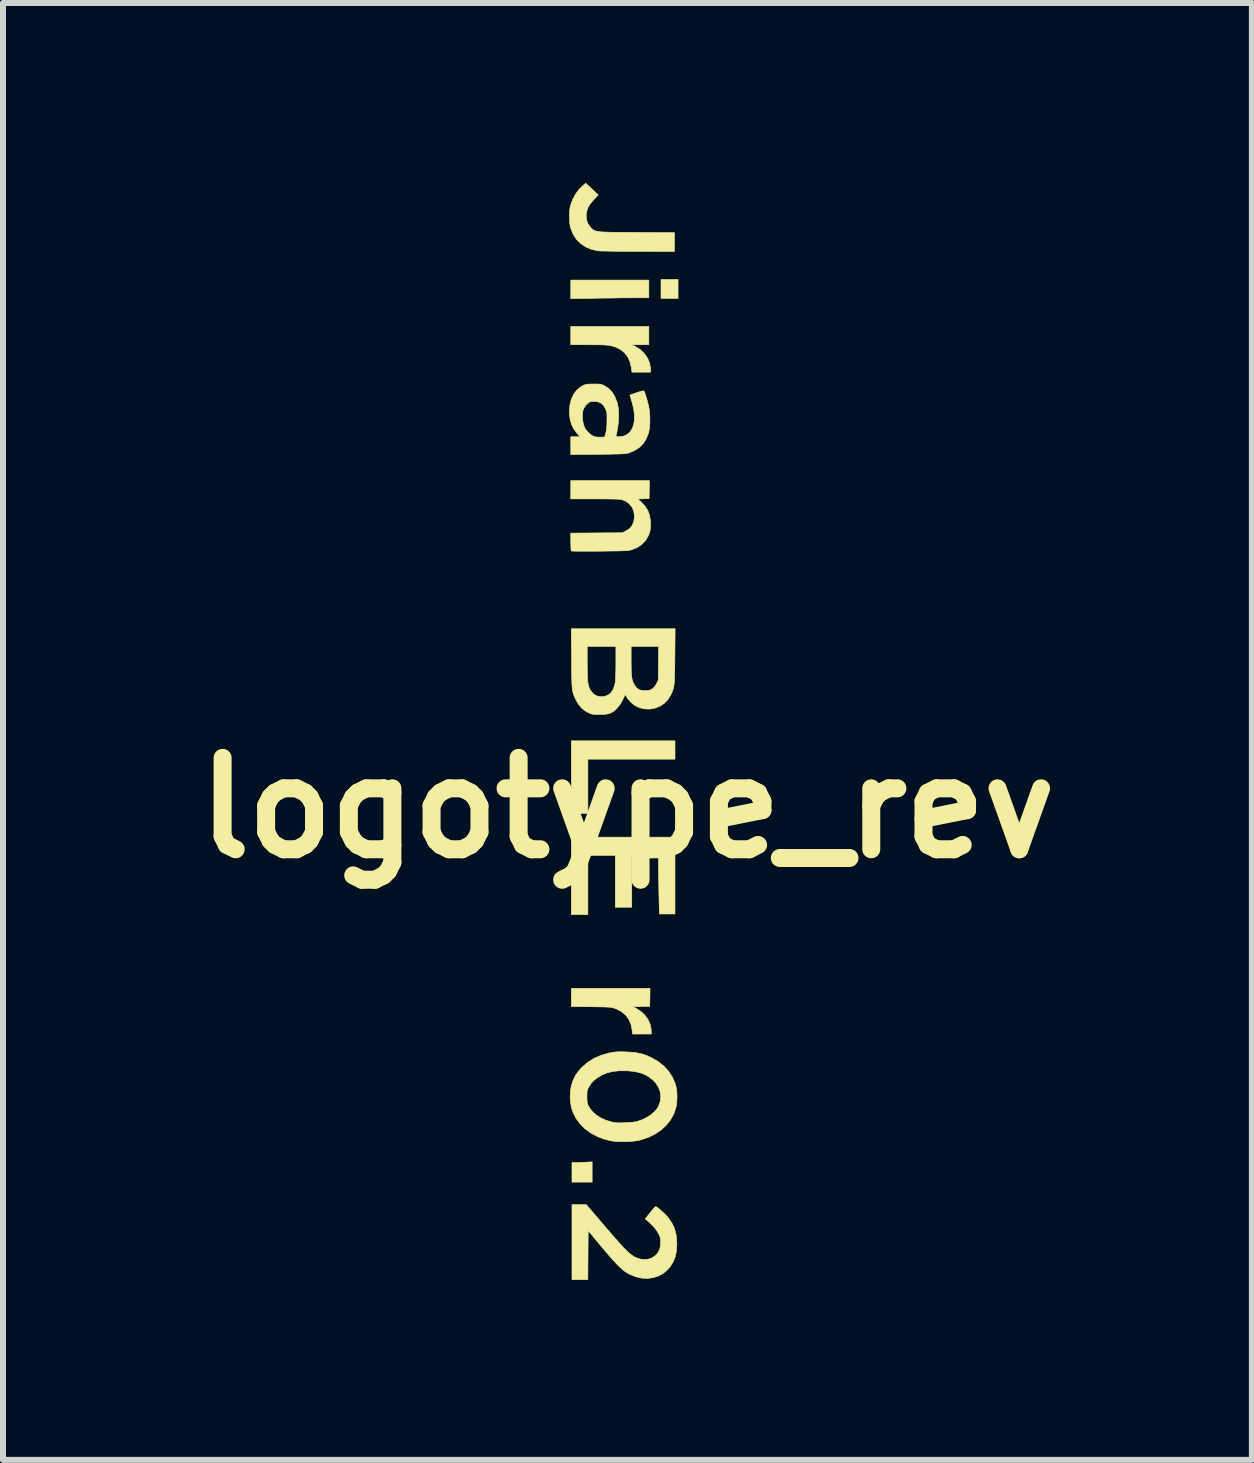
<source format=kicad_pcb>
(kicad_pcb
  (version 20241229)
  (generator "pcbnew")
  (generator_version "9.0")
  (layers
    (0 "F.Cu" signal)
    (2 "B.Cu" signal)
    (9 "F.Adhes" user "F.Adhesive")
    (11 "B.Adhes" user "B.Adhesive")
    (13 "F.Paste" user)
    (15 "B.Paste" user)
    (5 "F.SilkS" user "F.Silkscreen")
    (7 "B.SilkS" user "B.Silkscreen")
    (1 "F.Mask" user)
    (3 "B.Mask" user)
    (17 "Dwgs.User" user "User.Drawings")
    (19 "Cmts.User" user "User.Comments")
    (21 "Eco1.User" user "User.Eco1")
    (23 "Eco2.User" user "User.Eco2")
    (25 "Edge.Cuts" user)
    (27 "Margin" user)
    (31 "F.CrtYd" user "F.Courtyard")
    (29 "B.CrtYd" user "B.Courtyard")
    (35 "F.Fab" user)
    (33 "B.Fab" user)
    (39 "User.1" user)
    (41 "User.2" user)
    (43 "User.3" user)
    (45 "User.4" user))
  (footprint "logotype_rev"
    (layer "F.Cu")
    (at 7.41 10.418)
    (property "Reference" "logotype_rev" (at 0 0 0) (layer "F.SilkS") (effects (font (size 1.524 1.524) (thickness 0.3))))
    (attr through_hole)
    (fp_poly (pts (xy 0.843 -8.494) (xy 0.559 -8.494) (xy 0.559 -8.809) (xy 0.843 -8.809) (xy 0.843 -8.494)) (stroke (width 0.01) (type solid)) (fill yes) (layer "F.SilkS"))
    (fp_poly (pts (xy 0.792 -0.813) (xy -0.66 -0.813) (xy -0.66 0.091) (xy -0.935 0.091) (xy -0.935 -1.118) (xy 0.792 -1.118) (xy 0.792 -0.813)) (stroke (width 0.01) (type solid)) (fill yes) (layer "F.SilkS"))
    (fp_poly (pts (xy -0.589 6.238) (xy -0.925 6.238) (xy -0.925 5.913) (xy -0.856 5.913) (xy -0.814 5.912) (xy -0.76 5.91) (xy -0.706 5.908) (xy -0.688 5.906) (xy -0.589 5.9) (xy -0.589 6.238)) (stroke (width 0.01) (type solid)) (fill yes) (layer "F.SilkS"))
    (fp_poly (pts (xy 0.356 -8.504) (xy 0.149 -8.504) (xy 0.093 -8.504) (xy 0.019 -8.503) (xy -0.067 -8.503) (xy -0.163 -8.502) (xy -0.265 -8.5) (xy -0.37 -8.499) (xy -0.474 -8.498) (xy -0.501 -8.497) (xy -0.945 -8.49) (xy -0.945 -8.799) (xy 0.356 -8.799) (xy 0.356 -8.504)) (stroke (width 0.01) (type solid)) (fill yes) (layer "F.SilkS"))
    (fp_poly (pts (xy 0.792 1.768) (xy 0.532 1.768) (xy 0.525 1.455) (xy 0.523 1.367) (xy 0.522 1.275) (xy 0.52 1.185) (xy 0.519 1.1) (xy 0.518 1.027) (xy 0.518 0.969) (xy 0.518 0.968) (xy 0.518 0.792) (xy 0.071 0.792) (xy 0.071 1.656) (xy -0.203 1.656) (xy -0.203 0.792) (xy -0.66 0.792) (xy -0.66 1.778) (xy -0.935 1.778) (xy -0.935 0.488) (xy 0.792 0.488) (xy 0.792 1.768)) (stroke (width 0.01) (type solid)) (fill yes) (layer "F.SilkS"))
    (fp_poly (pts (xy 0.356 -7.722) (xy 0.216 -7.721) (xy 0.076 -7.721) (xy 0.142 -7.686) (xy 0.221 -7.633) (xy 0.286 -7.568) (xy 0.337 -7.493) (xy 0.37 -7.411) (xy 0.385 -7.324) (xy 0.386 -7.299) (xy 0.386 -7.264) (xy 0.075 -7.264) (xy 0.063 -7.345) (xy 0.041 -7.44) (xy 0.003 -7.521) (xy -0.051 -7.589) (xy -0.119 -7.644) (xy -0.202 -7.684) (xy -0.28 -7.706) (xy -0.309 -7.711) (xy -0.346 -7.715) (xy -0.394 -7.718) (xy -0.455 -7.72) (xy -0.531 -7.721) (xy -0.624 -7.721) (xy -0.648 -7.721) (xy -0.945 -7.722) (xy -0.945 -8.026) (xy 0.356 -8.026) (xy 0.356 -7.722)) (stroke (width 0.01) (type solid)) (fill yes) (layer "F.SilkS"))
    (fp_poly (pts (xy 0.374 3.157) (xy 0.371 3.307) (xy 0.231 3.31) (xy 0.09 3.313) (xy 0.142 3.34) (xy 0.224 3.393) (xy 0.291 3.457) (xy 0.343 3.529) (xy 0.378 3.607) (xy 0.395 3.69) (xy 0.396 3.72) (xy 0.396 3.769) (xy 0.084 3.769) (xy 0.078 3.705) (xy 0.06 3.612) (xy 0.025 3.529) (xy -0.026 3.458) (xy -0.093 3.4) (xy -0.175 3.355) (xy -0.213 3.34) (xy -0.233 3.334) (xy -0.252 3.329) (xy -0.274 3.325) (xy -0.302 3.322) (xy -0.337 3.32) (xy -0.382 3.318) (xy -0.439 3.317) (xy -0.512 3.316) (xy -0.602 3.314) (xy -0.607 3.314) (xy -0.935 3.311) (xy -0.935 3.007) (xy 0.376 3.007) (xy 0.374 3.157)) (stroke (width 0.01) (type solid)) (fill yes) (layer "F.SilkS"))
    (fp_poly (pts (xy -0.591 -10.316) (xy -0.487 -10.219) (xy -0.557 -10.145) (xy -0.591 -10.107) (xy -0.623 -10.066) (xy -0.647 -10.029) (xy -0.654 -10.017) (xy -0.68 -9.944) (xy -0.689 -9.871) (xy -0.682 -9.801) (xy -0.658 -9.736) (xy -0.619 -9.682) (xy -0.616 -9.678) (xy -0.6 -9.662) (xy -0.586 -9.649) (xy -0.571 -9.637) (xy -0.554 -9.627) (xy -0.535 -9.619) (xy -0.51 -9.613) (xy -0.478 -9.607) (xy -0.439 -9.603) (xy -0.39 -9.6) (xy -0.329 -9.598) (xy -0.256 -9.596) (xy -0.168 -9.595) (xy -0.064 -9.595) (xy 0.057 -9.594) (xy 0.155 -9.593) (xy 0.782 -9.59) (xy 0.782 -9.276) (xy 0.175 -9.277) (xy 0.064 -9.278) (xy -0.043 -9.278) (xy -0.143 -9.279) (xy -0.234 -9.28) (xy -0.315 -9.282) (xy -0.384 -9.283) (xy -0.438 -9.284) (xy -0.475 -9.286) (xy -0.492 -9.287) (xy -0.601 -9.312) (xy -0.697 -9.352) (xy -0.78 -9.408) (xy -0.85 -9.478) (xy -0.905 -9.562) (xy -0.944 -9.659) (xy -0.952 -9.685) (xy -0.962 -9.742) (xy -0.967 -9.812) (xy -0.968 -9.886) (xy -0.964 -9.958) (xy -0.955 -10.021) (xy -0.951 -10.038) (xy -0.916 -10.136) (xy -0.867 -10.229) (xy -0.807 -10.311) (xy -0.738 -10.378) (xy -0.735 -10.381) (xy -0.695 -10.413) (xy -0.591 -10.316)) (stroke (width 0.01) (type solid)) (fill yes) (layer "F.SilkS"))
    (fp_poly (pts (xy 0.363 -5.306) (xy 0.361 -5.156) (xy 0.171 -5.15) (xy 0.225 -5.102) (xy 0.291 -5.032) (xy 0.34 -4.955) (xy 0.37 -4.871) (xy 0.384 -4.777) (xy 0.384 -4.706) (xy 0.381 -4.655) (xy 0.375 -4.616) (xy 0.366 -4.582) (xy 0.351 -4.544) (xy 0.345 -4.533) (xy 0.3 -4.456) (xy 0.239 -4.393) (xy 0.164 -4.342) (xy 0.072 -4.305) (xy 0.058 -4.3) (xy 0.042 -4.296) (xy 0.021 -4.293) (xy -0.008 -4.29) (xy -0.045 -4.288) (xy -0.093 -4.286) (xy -0.154 -4.284) (xy -0.229 -4.283) (xy -0.32 -4.282) (xy -0.429 -4.28) (xy -0.462 -4.28) (xy -0.558 -4.279) (xy -0.647 -4.279) (xy -0.728 -4.279) (xy -0.799 -4.279) (xy -0.857 -4.28) (xy -0.901 -4.281) (xy -0.928 -4.282) (xy -0.937 -4.283) (xy -0.94 -4.296) (xy -0.942 -4.325) (xy -0.944 -4.366) (xy -0.945 -4.416) (xy -0.945 -4.436) (xy -0.945 -4.581) (xy -0.086 -4.587) (xy -0.028 -4.616) (xy 0.031 -4.654) (xy 0.074 -4.702) (xy 0.102 -4.761) (xy 0.114 -4.834) (xy 0.115 -4.875) (xy 0.104 -4.948) (xy 0.076 -5.014) (xy 0.031 -5.069) (xy -0.027 -5.112) (xy -0.084 -5.136) (xy -0.1 -5.14) (xy -0.122 -5.143) (xy -0.151 -5.146) (xy -0.189 -5.148) (xy -0.238 -5.149) (xy -0.3 -5.15) (xy -0.377 -5.151) (xy -0.471 -5.151) (xy -0.54 -5.151) (xy -0.945 -5.151) (xy -0.945 -5.456) (xy 0.366 -5.456) (xy 0.363 -5.306)) (stroke (width 0.01) (type solid)) (fill yes) (layer "F.SilkS"))
    (fp_poly (pts (xy -0.805 6.614) (xy -0.686 6.614) (xy -0.381 6.971) (xy -0.295 7.071) (xy -0.221 7.157) (xy -0.157 7.229) (xy -0.103 7.29) (xy -0.055 7.34) (xy -0.015 7.381) (xy 0.021 7.414) (xy 0.052 7.441) (xy 0.082 7.462) (xy 0.109 7.48) (xy 0.125 7.489) (xy 0.196 7.517) (xy 0.269 7.529) (xy 0.34 7.524) (xy 0.406 7.503) (xy 0.461 7.466) (xy 0.505 7.419) (xy 0.534 7.366) (xy 0.549 7.304) (xy 0.552 7.248) (xy 0.552 7.203) (xy 0.547 7.169) (xy 0.538 7.138) (xy 0.521 7.101) (xy 0.52 7.098) (xy 0.486 7.043) (xy 0.439 6.984) (xy 0.383 6.926) (xy 0.333 6.882) (xy 0.296 6.852) (xy 0.377 6.749) (xy 0.408 6.71) (xy 0.436 6.677) (xy 0.457 6.655) (xy 0.47 6.645) (xy 0.471 6.645) (xy 0.486 6.652) (xy 0.511 6.67) (xy 0.544 6.697) (xy 0.581 6.73) (xy 0.617 6.765) (xy 0.651 6.799) (xy 0.678 6.829) (xy 0.682 6.835) (xy 0.74 6.92) (xy 0.782 7.009) (xy 0.809 7.105) (xy 0.821 7.211) (xy 0.823 7.269) (xy 0.817 7.38) (xy 0.797 7.478) (xy 0.763 7.565) (xy 0.714 7.644) (xy 0.676 7.689) (xy 0.604 7.753) (xy 0.521 7.8) (xy 0.431 7.83) (xy 0.336 7.843) (xy 0.237 7.838) (xy 0.136 7.815) (xy 0.035 7.774) (xy 0.027 7.77) (xy -0.01 7.749) (xy -0.048 7.723) (xy -0.088 7.69) (xy -0.132 7.65) (xy -0.181 7.601) (xy -0.236 7.541) (xy -0.3 7.47) (xy -0.373 7.384) (xy -0.448 7.295) (xy -0.655 7.046) (xy -0.658 7.455) (xy -0.661 7.864) (xy -0.925 7.864) (xy -0.925 6.614) (xy -0.805 6.614)) (stroke (width 0.01) (type solid)) (fill yes) (layer "F.SilkS"))
    (fp_poly (pts (xy -0.057 4.066) (xy -0.03 4.067) (xy 0.07 4.073) (xy 0.156 4.083) (xy 0.232 4.099) (xy 0.305 4.122) (xy 0.378 4.154) (xy 0.392 4.16) (xy 0.506 4.225) (xy 0.604 4.302) (xy 0.685 4.389) (xy 0.748 4.487) (xy 0.795 4.595) (xy 0.809 4.643) (xy 0.82 4.703) (xy 0.825 4.775) (xy 0.825 4.852) (xy 0.82 4.925) (xy 0.81 4.988) (xy 0.809 4.991) (xy 0.773 5.099) (xy 0.719 5.198) (xy 0.648 5.288) (xy 0.562 5.367) (xy 0.462 5.435) (xy 0.349 5.491) (xy 0.223 5.533) (xy 0.178 5.544) (xy 0.122 5.553) (xy 0.053 5.559) (xy -0.024 5.563) (xy -0.102 5.563) (xy -0.175 5.561) (xy -0.237 5.555) (xy -0.249 5.554) (xy -0.379 5.524) (xy -0.499 5.479) (xy -0.608 5.421) (xy -0.705 5.351) (xy -0.788 5.269) (xy -0.856 5.177) (xy -0.908 5.076) (xy -0.935 4.993) (xy -0.95 4.906) (xy -0.955 4.816) (xy -0.676 4.816) (xy -0.675 4.864) (xy -0.673 4.899) (xy -0.669 4.925) (xy -0.66 4.948) (xy -0.646 4.976) (xy -0.639 4.989) (xy -0.591 5.056) (xy -0.526 5.116) (xy -0.447 5.167) (xy -0.355 5.208) (xy -0.255 5.237) (xy -0.208 5.246) (xy -0.173 5.249) (xy -0.123 5.25) (xy -0.065 5.249) (xy -0.003 5.246) (xy 0.057 5.242) (xy 0.109 5.236) (xy 0.149 5.23) (xy 0.157 5.228) (xy 0.242 5.199) (xy 0.322 5.16) (xy 0.394 5.113) (xy 0.454 5.061) (xy 0.5 5.005) (xy 0.517 4.976) (xy 0.546 4.895) (xy 0.555 4.812) (xy 0.545 4.731) (xy 0.516 4.654) (xy 0.469 4.582) (xy 0.429 4.541) (xy 0.362 4.486) (xy 0.289 4.444) (xy 0.208 4.414) (xy 0.116 4.394) (xy 0.009 4.383) (xy -0.026 4.382) (xy -0.143 4.382) (xy -0.246 4.393) (xy -0.337 4.415) (xy -0.421 4.45) (xy -0.501 4.497) (xy -0.512 4.505) (xy -0.565 4.547) (xy -0.605 4.59) (xy -0.64 4.644) (xy -0.651 4.663) (xy -0.663 4.687) (xy -0.67 4.711) (xy -0.674 4.74) (xy -0.675 4.78) (xy -0.676 4.816) (xy -0.955 4.816) (xy -0.955 4.81) (xy -0.95 4.715) (xy -0.935 4.629) (xy -0.903 4.532) (xy -0.858 4.447) (xy -0.798 4.367) (xy -0.757 4.323) (xy -0.662 4.241) (xy -0.559 4.176) (xy -0.445 4.126) (xy -0.319 4.089) (xy -0.295 4.084) (xy -0.248 4.075) (xy -0.207 4.069) (xy -0.166 4.066) (xy -0.118 4.065) (xy -0.057 4.066)) (stroke (width 0.01) (type solid)) (fill yes) (layer "F.SilkS"))
    (fp_poly (pts (xy 0.79 -2.527) (xy 0.789 -2.412) (xy 0.788 -2.315) (xy 0.786 -2.234) (xy 0.784 -2.167) (xy 0.781 -2.112) (xy 0.778 -2.067) (xy 0.773 -2.029) (xy 0.766 -1.997) (xy 0.758 -1.969) (xy 0.748 -1.942) (xy 0.736 -1.915) (xy 0.722 -1.885) (xy 0.721 -1.882) (xy 0.673 -1.806) (xy 0.612 -1.743) (xy 0.541 -1.696) (xy 0.462 -1.664) (xy 0.378 -1.648) (xy 0.291 -1.65) (xy 0.205 -1.67) (xy 0.149 -1.694) (xy 0.105 -1.721) (xy 0.06 -1.76) (xy 0.019 -1.803) (xy -0.013 -1.845) (xy -0.019 -1.856) (xy -0.037 -1.892) (xy -0.079 -1.804) (xy -0.124 -1.725) (xy -0.176 -1.659) (xy -0.233 -1.609) (xy -0.277 -1.584) (xy -0.306 -1.573) (xy -0.336 -1.566) (xy -0.373 -1.561) (xy -0.423 -1.558) (xy -0.447 -1.558) (xy -0.521 -1.558) (xy -0.576 -1.562) (xy -0.607 -1.569) (xy -0.688 -1.606) (xy -0.759 -1.659) (xy -0.818 -1.73) (xy -0.859 -1.802) (xy -0.874 -1.834) (xy -0.887 -1.863) (xy -0.898 -1.89) (xy -0.906 -1.917) (xy -0.913 -1.947) (xy -0.919 -1.982) (xy -0.923 -2.023) (xy -0.926 -2.072) (xy -0.928 -2.133) (xy -0.93 -2.206) (xy -0.931 -2.293) (xy -0.932 -2.397) (xy -0.932 -2.492) (xy -0.934 -2.692) (xy -0.671 -2.692) (xy -0.671 -2.416) (xy -0.67 -2.316) (xy -0.669 -2.233) (xy -0.666 -2.166) (xy -0.662 -2.111) (xy -0.656 -2.067) (xy -0.648 -2.031) (xy -0.637 -2.001) (xy -0.624 -1.973) (xy -0.616 -1.959) (xy -0.574 -1.906) (xy -0.523 -1.871) (xy -0.463 -1.854) (xy -0.396 -1.856) (xy -0.376 -1.86) (xy -0.319 -1.883) (xy -0.272 -1.922) (xy -0.237 -1.978) (xy -0.212 -2.051) (xy -0.204 -2.093) (xy -0.201 -2.121) (xy -0.198 -2.166) (xy -0.196 -2.225) (xy -0.194 -2.292) (xy -0.193 -2.366) (xy -0.193 -2.426) (xy -0.193 -2.692) (xy 0.061 -2.692) (xy 0.061 -2.451) (xy 0.062 -2.359) (xy 0.063 -2.284) (xy 0.067 -2.223) (xy 0.072 -2.175) (xy 0.079 -2.135) (xy 0.09 -2.101) (xy 0.103 -2.071) (xy 0.115 -2.05) (xy 0.149 -2.004) (xy 0.19 -1.973) (xy 0.241 -1.957) (xy 0.306 -1.954) (xy 0.311 -1.954) (xy 0.357 -1.959) (xy 0.392 -1.971) (xy 0.414 -1.984) (xy 0.453 -2.019) (xy 0.484 -2.07) (xy 0.513 -2.129) (xy 0.516 -2.41) (xy 0.519 -2.692) (xy 0.061 -2.692) (xy -0.193 -2.692) (xy -0.671 -2.692) (xy -0.934 -2.692) (xy -0.936 -2.987) (xy 0.794 -2.987) (xy 0.79 -2.527)) (stroke (width 0.01) (type solid)) (fill yes) (layer "F.SilkS"))
    (fp_poly (pts (xy -0.511 -7.066) (xy -0.473 -7.064) (xy -0.444 -7.061) (xy -0.42 -7.054) (xy -0.396 -7.044) (xy -0.385 -7.038) (xy -0.314 -6.992) (xy -0.255 -6.93) (xy -0.208 -6.851) (xy -0.171 -6.754) (xy -0.166 -6.736) (xy -0.153 -6.664) (xy -0.147 -6.578) (xy -0.149 -6.482) (xy -0.157 -6.382) (xy -0.173 -6.283) (xy -0.188 -6.215) (xy -0.191 -6.199) (xy -0.187 -6.191) (xy -0.171 -6.188) (xy -0.145 -6.187) (xy -0.073 -6.196) (xy -0.012 -6.221) (xy 0.037 -6.261) (xy 0.075 -6.315) (xy 0.101 -6.382) (xy 0.115 -6.461) (xy 0.116 -6.551) (xy 0.104 -6.651) (xy 0.078 -6.759) (xy 0.069 -6.785) (xy 0.057 -6.826) (xy 0.048 -6.858) (xy 0.043 -6.878) (xy 0.042 -6.883) (xy 0.053 -6.887) (xy 0.078 -6.896) (xy 0.115 -6.909) (xy 0.157 -6.923) (xy 0.206 -6.939) (xy 0.241 -6.949) (xy 0.262 -6.952) (xy 0.273 -6.95) (xy 0.276 -6.947) (xy 0.287 -6.925) (xy 0.3 -6.886) (xy 0.315 -6.838) (xy 0.331 -6.784) (xy 0.345 -6.728) (xy 0.356 -6.677) (xy 0.362 -6.647) (xy 0.37 -6.579) (xy 0.373 -6.502) (xy 0.373 -6.424) (xy 0.368 -6.351) (xy 0.359 -6.286) (xy 0.35 -6.248) (xy 0.313 -6.154) (xy 0.264 -6.076) (xy 0.2 -6.011) (xy 0.122 -5.96) (xy 0.028 -5.92) (xy 0.02 -5.917) (xy 0.005 -5.913) (xy -0.013 -5.909) (xy -0.035 -5.906) (xy -0.064 -5.904) (xy -0.102 -5.902) (xy -0.149 -5.9) (xy -0.209 -5.899) (xy -0.284 -5.897) (xy -0.375 -5.896) (xy -0.484 -5.895) (xy -0.49 -5.895) (xy -0.945 -5.891) (xy -0.945 -6.187) (xy -0.791 -6.187) (xy -0.837 -6.24) (xy -0.892 -6.313) (xy -0.931 -6.39) (xy -0.956 -6.474) (xy -0.959 -6.504) (xy -0.751 -6.504) (xy -0.743 -6.437) (xy -0.731 -6.385) (xy -0.716 -6.344) (xy -0.698 -6.311) (xy -0.671 -6.279) (xy -0.652 -6.258) (xy -0.61 -6.221) (xy -0.57 -6.197) (xy -0.526 -6.184) (xy -0.472 -6.18) (xy -0.447 -6.181) (xy -0.381 -6.182) (xy -0.362 -6.248) (xy -0.353 -6.287) (xy -0.347 -6.331) (xy -0.343 -6.386) (xy -0.342 -6.456) (xy -0.342 -6.457) (xy -0.341 -6.514) (xy -0.342 -6.555) (xy -0.344 -6.585) (xy -0.349 -6.608) (xy -0.356 -6.629) (xy -0.367 -6.653) (xy -0.369 -6.657) (xy -0.4 -6.71) (xy -0.436 -6.745) (xy -0.48 -6.766) (xy -0.536 -6.775) (xy -0.543 -6.775) (xy -0.583 -6.776) (xy -0.611 -6.773) (xy -0.633 -6.765) (xy -0.65 -6.754) (xy -0.695 -6.713) (xy -0.729 -6.659) (xy -0.742 -6.626) (xy -0.75 -6.57) (xy -0.751 -6.504) (xy -0.959 -6.504) (xy -0.967 -6.569) (xy -0.968 -6.619) (xy -0.959 -6.72) (xy -0.936 -6.812) (xy -0.897 -6.894) (xy -0.846 -6.963) (xy -0.782 -7.017) (xy -0.733 -7.045) (xy -0.709 -7.054) (xy -0.683 -7.061) (xy -0.652 -7.064) (xy -0.608 -7.066) (xy -0.564 -7.066) (xy -0.511 -7.066)) (stroke (width 0.01) (type solid)) (fill yes) (layer "F.SilkS")))
  (gr_rect
    (start -3 -3)
    (end 17.819 21.286)
    (stroke (width 0.1) (type default))
    (fill no)
    (layer "Edge.Cuts")))
</source>
